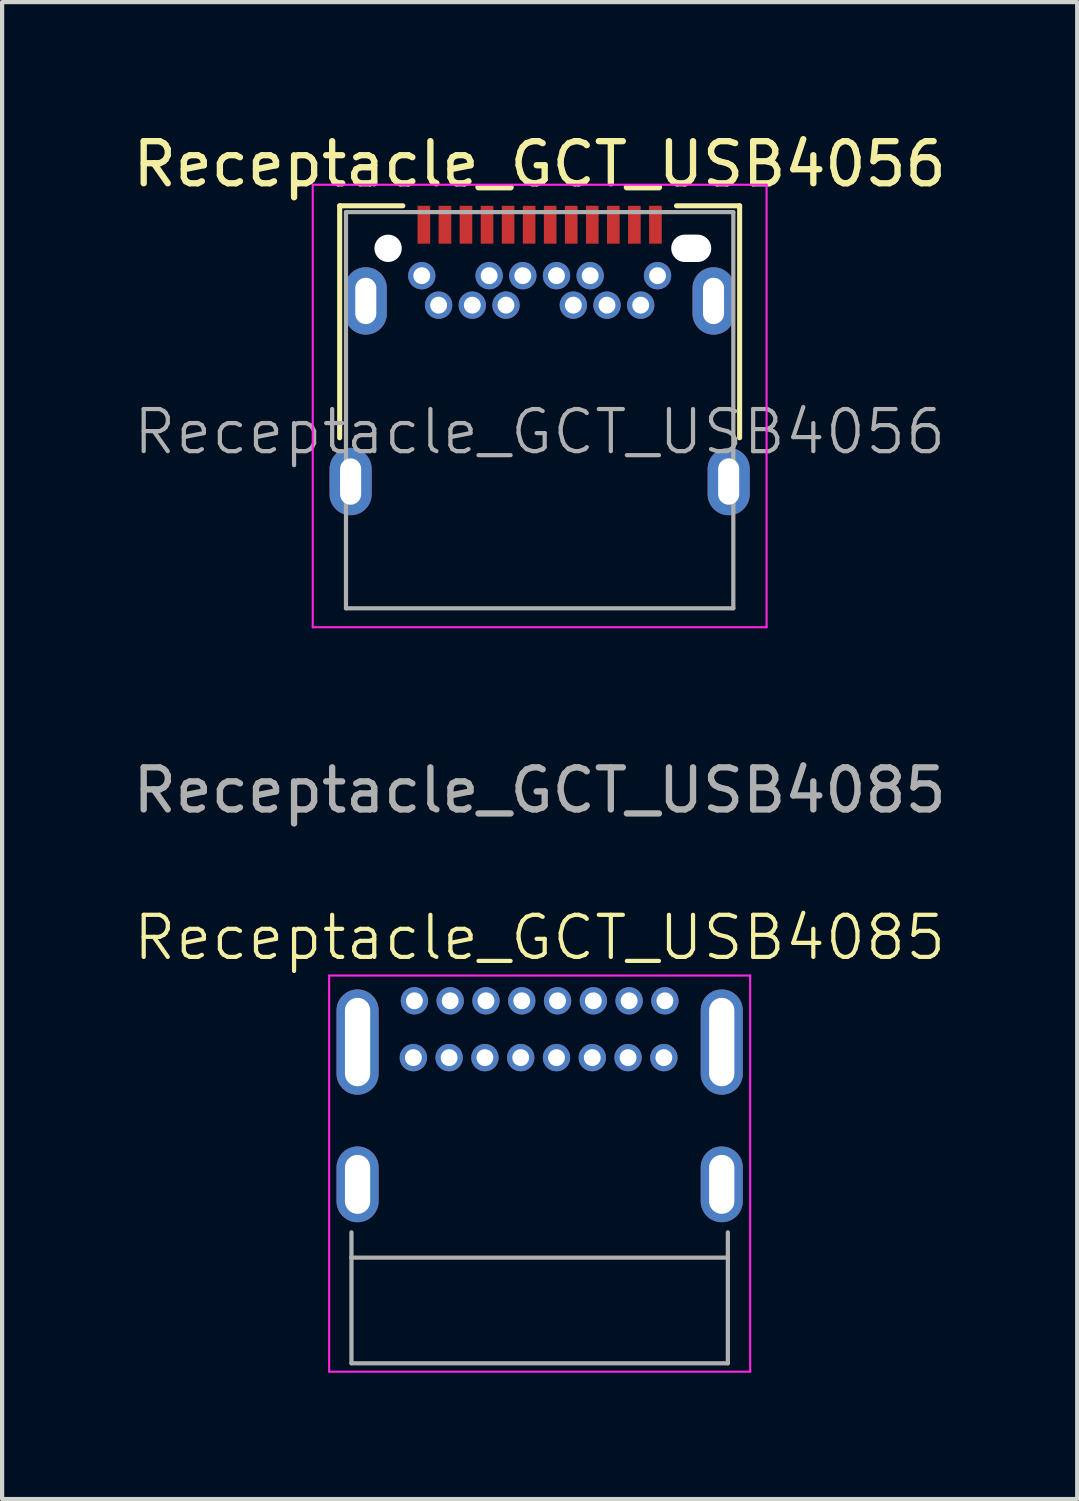
<source format=kicad_pcb>
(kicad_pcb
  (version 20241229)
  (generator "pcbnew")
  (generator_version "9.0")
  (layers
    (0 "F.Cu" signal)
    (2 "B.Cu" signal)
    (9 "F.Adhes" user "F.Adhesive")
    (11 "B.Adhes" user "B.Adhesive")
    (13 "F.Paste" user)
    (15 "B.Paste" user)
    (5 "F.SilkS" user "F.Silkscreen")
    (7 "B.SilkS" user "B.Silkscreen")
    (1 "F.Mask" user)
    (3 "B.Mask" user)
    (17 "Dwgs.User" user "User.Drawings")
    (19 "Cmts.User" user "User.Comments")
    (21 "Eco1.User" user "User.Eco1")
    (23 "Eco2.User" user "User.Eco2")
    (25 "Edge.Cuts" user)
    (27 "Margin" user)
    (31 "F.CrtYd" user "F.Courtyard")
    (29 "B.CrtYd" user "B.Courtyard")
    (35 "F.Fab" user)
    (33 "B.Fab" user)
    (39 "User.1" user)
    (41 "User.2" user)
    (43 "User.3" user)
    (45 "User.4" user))
  (footprint "Receptacle_GCT_USB4085"
    (layer "F.Cu")
    (at 9.768 20.721)
    (property "Reference" "Receptacle_GCT_USB4085" (at 0 -1.5 0) (unlocked yes) (layer "F.SilkS") (effects (font (size 1 1) (thickness 0.1))))
    (attr through_hole)
    (fp_line (start -5 -0.6) (end -5 8.81) (stroke (width 0.05) (type default)) (layer "F.CrtYd"))
    (fp_line (start 5 -0.6) (end -5 -0.6) (stroke (width 0.05) (type default)) (layer "F.CrtYd"))
    (fp_line (start 5 -0.6) (end 5 8.81) (stroke (width 0.05) (type default)) (layer "F.CrtYd"))
    (fp_line (start 5 8.81) (end -5 8.81) (stroke (width 0.05) (type default)) (layer "F.CrtYd"))
    (fp_line (start -4.47 6.1) (end -4.47 5.5) (stroke (width 0.1) (type default)) (layer "F.Fab"))
    (fp_line (start -4.47 6.1) (end 4.47 6.1) (stroke (width 0.1) (type default)) (layer "F.Fab"))
    (fp_line (start -4.47 8.61) (end -4.47 6.1) (stroke (width 0.1) (type default)) (layer "F.Fab"))
    (fp_line (start -4.47 8.61) (end 4.47 8.61) (stroke (width 0.1) (type default)) (layer "F.Fab"))
    (fp_line (start 4.47 6.1) (end 4.47 5.5) (stroke (width 0.1) (type default)) (layer "F.Fab"))
    (fp_line (start 4.47 8.61) (end 4.47 6.1) (stroke (width 0.1) (type default)) (layer "F.Fab"))
    (fp_text user "${REFERENCE}" (at 0 -5 0) (unlocked yes) (layer "F.Fab") (effects (font (size 1 1) (thickness 0.15))))
    (pad "1" thru_hole circle (at 2.95 1.35) (size 0.65 0.65) (drill 0.4) (layers "*.Cu" "*.Mask"))
    (pad "A1" thru_hole circle (at -2.975 0) (size 0.65 0.65) (drill 0.4) (layers "*.Cu" "*.Mask"))
    (pad "A4" thru_hole circle (at -2.125 0) (size 0.65 0.65) (drill 0.4) (layers "*.Cu" "*.Mask"))
    (pad "A5" thru_hole circle (at -1.275 0) (size 0.65 0.65) (drill 0.4) (layers "*.Cu" "*.Mask"))
    (pad "A6" thru_hole circle (at -0.425 0) (size 0.65 0.65) (drill 0.4) (layers "*.Cu" "*.Mask"))
    (pad "A7" thru_hole circle (at 0.425 0) (size 0.65 0.65) (drill 0.4) (layers "*.Cu" "*.Mask"))
    (pad "A8" thru_hole circle (at 1.275 0) (size 0.65 0.65) (drill 0.4) (layers "*.Cu" "*.Mask"))
    (pad "A9" thru_hole circle (at 2.125 0) (size 0.65 0.65) (drill 0.4) (layers "*.Cu" "*.Mask"))
    (pad "A12" thru_hole circle (at 2.975 0) (size 0.65 0.65) (drill 0.4) (layers "*.Cu" "*.Mask"))
    (pad "B4" thru_hole circle (at 2.1 1.35) (size 0.65 0.65) (drill 0.4) (layers "*.Cu" "*.Mask"))
    (pad "B5" thru_hole circle (at 1.25 1.35) (size 0.65 0.65) (drill 0.4) (layers "*.Cu" "*.Mask"))
    (pad "B6" thru_hole circle (at 0.4 1.35) (size 0.65 0.65) (drill 0.4) (layers "*.Cu" "*.Mask"))
    (pad "B7" thru_hole circle (at -0.45 1.35) (size 0.65 0.65) (drill 0.4) (layers "*.Cu" "*.Mask"))
    (pad "B8" thru_hole circle (at -1.3 1.35) (size 0.65 0.65) (drill 0.4) (layers "*.Cu" "*.Mask"))
    (pad "B9" thru_hole circle (at -2.15 1.35) (size 0.65 0.65) (drill 0.4) (layers "*.Cu" "*.Mask"))
    (pad "B12" thru_hole circle (at -3 1.35) (size 0.65 0.65) (drill 0.4) (layers "*.Cu" "*.Mask"))
    (pad "S1" thru_hole oval (at -4.325 0.98) (size 1 2.5) (drill oval 0.6 2.1) (layers "*.Cu" "*.Mask"))
    (pad "S1" thru_hole oval (at -4.325 4.36) (size 1 1.8) (drill oval 0.6 1.4) (layers "*.Cu" "*.Mask"))
    (pad "S1" thru_hole oval (at 4.325 0.98) (size 1 2.5) (drill oval 0.6 2.1) (layers "*.Cu" "*.Mask"))
    (pad "S1" thru_hole oval (at 4.325 4.36) (size 1 1.8) (drill oval 0.6 1.4) (layers "*.Cu" "*.Mask")))
  (footprint "Receptacle_GCT_USB4056"
    (layer "F.Cu")
    (at 6.168 2.848)
    (property "Reference" "Receptacle_GCT_USB4056" (at 3.6 -2 0) (layer "F.SilkS") (effects (font (size 1 1) (thickness 0.15))))
    (attr smd)
    (fp_line (start -1.15 -1.01) (end -1.15 4.5) (stroke (width 0.12) (type solid)) (layer "F.SilkS"))
    (fp_line (start -1.15 -1.01) (end 0.35 -1.01) (stroke (width 0.12) (type solid)) (layer "F.SilkS"))
    (fp_line (start 6.85 -1.01) (end 8.35 -1.01) (stroke (width 0.12) (type solid)) (layer "F.SilkS"))
    (fp_line (start 8.35 -1.01) (end 8.35 4.5) (stroke (width 0.12) (type solid)) (layer "F.SilkS"))
    (fp_line (start -1.79 -1.51) (end 8.99 -1.51) (stroke (width 0.05) (type solid)) (layer "F.CrtYd"))
    (fp_line (start -1.79 9) (end -1.79 -1.51) (stroke (width 0.05) (type solid)) (layer "F.CrtYd"))
    (fp_line (start 8.99 -1.51) (end 8.99 9) (stroke (width 0.05) (type solid)) (layer "F.CrtYd"))
    (fp_line (start 8.99 9) (end -1.79 9) (stroke (width 0.05) (type solid)) (layer "F.CrtYd"))
    (fp_line (start -1 -0.86) (end 8.2 -0.86) (stroke (width 0.1) (type solid)) (layer "F.Fab"))
    (fp_line (start -1 8.55) (end -1 -0.86) (stroke (width 0.1) (type solid)) (layer "F.Fab"))
    (fp_line (start -1 8.55) (end 8.2 8.55) (stroke (width 0.1) (type solid)) (layer "F.Fab"))
    (fp_line (start 8.2 8.55) (end 8.2 -0.86) (stroke (width 0.1) (type solid)) (layer "F.Fab"))
    (fp_text user "${REFERENCE}" (at 3.6 4.36 0) (layer "F.Fab") (effects (font (size 1 1) (thickness 0.1))))
    (pad "" np_thru_hole circle (at 0 0) (size 0.65 0.65) (drill 0.65) (layers "*.Cu" "*.Mask"))
    (pad "" np_thru_hole oval (at 7.2 0) (size 0.95 0.65) (drill oval 0.95 0.65) (layers "*.Cu" "*.Mask"))
    (pad "A1" smd rect (at 0.85 -0.56) (size 0.3 0.9) (layers "F.Cu" "F.Mask" "F.Paste"))
    (pad "A2" smd rect (at 1.35 -0.56) (size 0.3 0.9) (layers "F.Cu" "F.Mask" "F.Paste"))
    (pad "A3" smd rect (at 1.85 -0.56) (size 0.3 0.9) (layers "F.Cu" "F.Mask" "F.Paste"))
    (pad "A4" smd rect (at 2.35 -0.56) (size 0.3 0.9) (layers "F.Cu" "F.Mask" "F.Paste"))
    (pad "A5" smd rect (at 2.85 -0.56) (size 0.3 0.9) (layers "F.Cu" "F.Mask" "F.Paste"))
    (pad "A6" smd rect (at 3.35 -0.56) (size 0.3 0.9) (layers "F.Cu" "F.Mask" "F.Paste"))
    (pad "A7" smd rect (at 3.85 -0.56) (size 0.3 0.9) (layers "F.Cu" "F.Mask" "F.Paste"))
    (pad "A8" smd rect (at 4.35 -0.56) (size 0.3 0.9) (layers "F.Cu" "F.Mask" "F.Paste"))
    (pad "A9" smd rect (at 4.85 -0.56) (size 0.3 0.9) (layers "F.Cu" "F.Mask" "F.Paste"))
    (pad "A10" smd rect (at 5.35 -0.56) (size 0.3 0.9) (layers "F.Cu" "F.Mask" "F.Paste"))
    (pad "A11" smd rect (at 5.85 -0.56) (size 0.3 0.9) (layers "F.Cu" "F.Mask" "F.Paste"))
    (pad "A12" smd rect (at 6.35 -0.56) (size 0.3 0.9) (layers "F.Cu" "F.Mask" "F.Paste"))
    (pad "B1" thru_hole circle (at 6.4 0.65) (size 0.65 0.65) (drill 0.4) (layers "*.Cu" "*.Mask"))
    (pad "B2" thru_hole circle (at 6 1.35) (size 0.65 0.65) (drill 0.4) (layers "*.Cu" "*.Mask"))
    (pad "B3" thru_hole circle (at 5.2 1.35) (size 0.65 0.65) (drill 0.4) (layers "*.Cu" "*.Mask"))
    (pad "B4" thru_hole circle (at 4.8 0.65) (size 0.65 0.65) (drill 0.4) (layers "*.Cu" "*.Mask"))
    (pad "B5" thru_hole circle (at 4.4 1.35) (size 0.65 0.65) (drill 0.4) (layers "*.Cu" "*.Mask"))
    (pad "B6" thru_hole circle (at 4 0.65) (size 0.65 0.65) (drill 0.4) (layers "*.Cu" "*.Mask"))
    (pad "B7" thru_hole circle (at 3.2 0.65) (size 0.65 0.65) (drill 0.4) (layers "*.Cu" "*.Mask"))
    (pad "B8" thru_hole circle (at 2.8 1.35) (size 0.65 0.65) (drill 0.4) (layers "*.Cu" "*.Mask"))
    (pad "B9" thru_hole circle (at 2.4 0.65) (size 0.65 0.65) (drill 0.4) (layers "*.Cu" "*.Mask"))
    (pad "B10" thru_hole circle (at 2 1.35) (size 0.65 0.65) (drill 0.4) (layers "*.Cu" "*.Mask"))
    (pad "B11" thru_hole circle (at 1.2 1.35) (size 0.65 0.65) (drill 0.4) (layers "*.Cu" "*.Mask"))
    (pad "B12" thru_hole circle (at 0.8 0.65) (size 0.65 0.65) (drill 0.4) (layers "*.Cu" "*.Mask"))
    (pad "S1" thru_hole oval (at -0.89 5.54) (size 1 1.6) (drill oval 0.5 1.1) (layers "*.Cu" "*.Mask"))
    (pad "S1" thru_hole oval (at -0.53 1.25) (size 1 1.6) (drill oval 0.5 1.1) (layers "*.Cu" "*.Mask"))
    (pad "S1" thru_hole oval (at 7.73 1.25) (size 1 1.6) (drill oval 0.5 1.1) (layers "*.Cu" "*.Mask"))
    (pad "S1" thru_hole oval (at 8.09 5.54) (size 1 1.6) (drill oval 0.5 1.1) (layers "*.Cu" "*.Mask")))
  (gr_rect
    (start -3 -3)
    (end 22.536 32.556)
    (stroke (width 0.1) (type default))
    (fill no)
    (layer "Edge.Cuts")))
</source>
